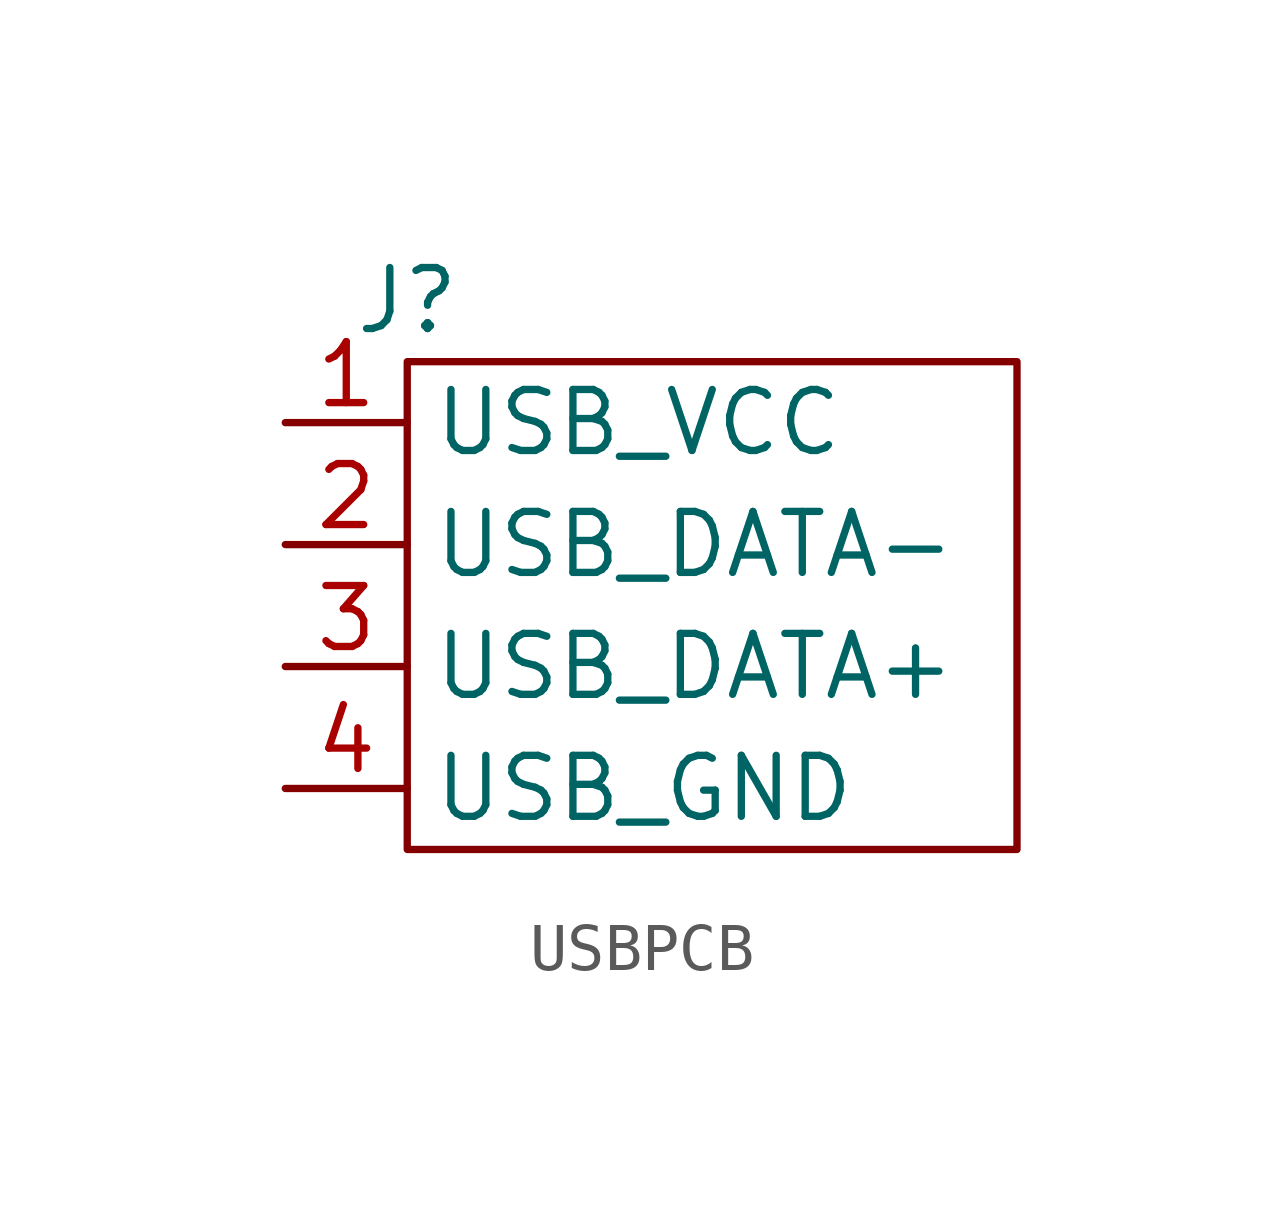
<source format=kicad_sym>
(kicad_symbol_lib
  (version 20231120)
  (generator "kicad_symbol_editor")
  (generator_version "8.0")
  (symbol "USBPCB"
    (property "Reference" "J"
      (at 0 0 0)
      (effects (font (size 1.27 1.27))))
    (property "Value" ""
      (at 0 0 0)
      (effects (font (size 1.27 1.27))))
    (symbol "USBPCB_0_1"
      (polyline (pts (xy 0 -1.27) (xy 0 -11.43) (xy 12.7 -11.43) (xy 12.7 -1.27) (xy 0 -1.27)) (stroke (width 0) (type default)) (fill (type none))))
    (symbol "USBPCB_1_1"
      (pin input line (at -2.54 -2.54 0) (length 2.54) (name "USB_VCC" (effects (font (size 1.27 1.27)))) (number "1" (effects (font (size 1.27 1.27)))))
      (pin input line (at -2.54 -5.08 0) (length 2.54) (name "USB_DATA-" (effects (font (size 1.27 1.27)))) (number "2" (effects (font (size 1.27 1.27)))))
      (pin input line (at -2.54 -7.62 0) (length 2.54) (name "USB_DATA+" (effects (font (size 1.27 1.27)))) (number "3" (effects (font (size 1.27 1.27)))))
      (pin input line (at -2.54 -10.16 0) (length 2.54) (name "USB_GND" (effects (font (size 1.27 1.27)))) (number "4" (effects (font (size 1.27 1.27))))))))
</source>
